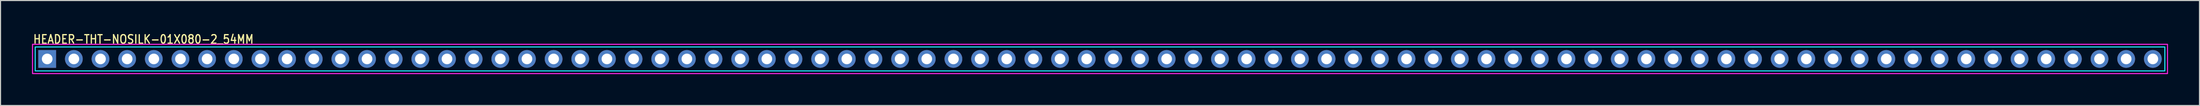
<source format=kicad_pcb>
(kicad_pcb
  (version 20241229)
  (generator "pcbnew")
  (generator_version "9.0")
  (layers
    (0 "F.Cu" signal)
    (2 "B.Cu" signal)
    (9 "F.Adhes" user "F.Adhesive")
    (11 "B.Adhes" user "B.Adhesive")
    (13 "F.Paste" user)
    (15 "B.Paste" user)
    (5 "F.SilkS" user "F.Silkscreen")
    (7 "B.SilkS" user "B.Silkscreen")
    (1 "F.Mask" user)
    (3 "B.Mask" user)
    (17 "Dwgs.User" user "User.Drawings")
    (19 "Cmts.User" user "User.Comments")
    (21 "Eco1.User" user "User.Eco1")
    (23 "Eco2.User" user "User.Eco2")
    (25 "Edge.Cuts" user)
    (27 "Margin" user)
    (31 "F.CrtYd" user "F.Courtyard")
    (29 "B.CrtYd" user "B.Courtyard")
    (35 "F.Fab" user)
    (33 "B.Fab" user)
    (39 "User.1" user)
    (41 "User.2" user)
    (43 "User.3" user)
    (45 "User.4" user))
  (footprint "HEADER-THT-NOSILK-01X080-2_54MM"
    (layer "F.Cu")
    (at 1.447 2.579)
    (property "Reference" "HEADER-THT-NOSILK-01X080-2_54MM" (at -1.4 -1.4 0) (unlocked yes) (layer "F.SilkS") (effects (font (size 0.813 0.695) (thickness 0.122)) (justify left bottom)))
    (fp_poly (pts (xy -1.143 -1.143) (xy 201.803 -1.143) (xy 201.803 1.143) (xy -1.143 1.143)) (stroke (width 0.1) (type solid)) (fill no) (layer "B.CrtYd"))
    (fp_poly (pts (xy -1.397 -1.397) (xy 202.057 -1.397) (xy 202.057 1.397) (xy -1.397 1.397)) (stroke (width 0.1) (type solid)) (fill no) (layer "F.CrtYd"))
    (pad "P$1" thru_hole rect (at 0 0) (size 1.693 1.693) (drill 1.016) (layers "*.Cu" "*.Mask"))
    (pad "P$2" thru_hole oval (at 2.54 0) (size 1.693 1.693) (drill 1.016) (layers "*.Cu" "*.Mask"))
    (pad "P$3" thru_hole oval (at 5.08 0) (size 1.693 1.693) (drill 1.016) (layers "*.Cu" "*.Mask"))
    (pad "P$4" thru_hole oval (at 7.62 0) (size 1.693 1.693) (drill 1.016) (layers "*.Cu" "*.Mask"))
    (pad "P$5" thru_hole oval (at 10.16 0) (size 1.693 1.693) (drill 1.016) (layers "*.Cu" "*.Mask"))
    (pad "P$6" thru_hole oval (at 12.7 0) (size 1.693 1.693) (drill 1.016) (layers "*.Cu" "*.Mask"))
    (pad "P$7" thru_hole oval (at 15.24 0) (size 1.693 1.693) (drill 1.016) (layers "*.Cu" "*.Mask"))
    (pad "P$8" thru_hole oval (at 17.78 0) (size 1.693 1.693) (drill 1.016) (layers "*.Cu" "*.Mask"))
    (pad "P$9" thru_hole oval (at 20.32 0) (size 1.693 1.693) (drill 1.016) (layers "*.Cu" "*.Mask"))
    (pad "P$10" thru_hole oval (at 22.86 0) (size 1.693 1.693) (drill 1.016) (layers "*.Cu" "*.Mask"))
    (pad "P$11" thru_hole oval (at 25.4 0) (size 1.693 1.693) (drill 1.016) (layers "*.Cu" "*.Mask"))
    (pad "P$12" thru_hole oval (at 27.94 0) (size 1.693 1.693) (drill 1.016) (layers "*.Cu" "*.Mask"))
    (pad "P$13" thru_hole oval (at 30.48 0) (size 1.693 1.693) (drill 1.016) (layers "*.Cu" "*.Mask"))
    (pad "P$14" thru_hole oval (at 33.02 0) (size 1.693 1.693) (drill 1.016) (layers "*.Cu" "*.Mask"))
    (pad "P$15" thru_hole oval (at 35.56 0) (size 1.693 1.693) (drill 1.016) (layers "*.Cu" "*.Mask"))
    (pad "P$16" thru_hole oval (at 38.1 0) (size 1.693 1.693) (drill 1.016) (layers "*.Cu" "*.Mask"))
    (pad "P$17" thru_hole oval (at 40.64 0) (size 1.693 1.693) (drill 1.016) (layers "*.Cu" "*.Mask"))
    (pad "P$18" thru_hole oval (at 43.18 0) (size 1.693 1.693) (drill 1.016) (layers "*.Cu" "*.Mask"))
    (pad "P$19" thru_hole oval (at 45.72 0) (size 1.693 1.693) (drill 1.016) (layers "*.Cu" "*.Mask"))
    (pad "P$20" thru_hole oval (at 48.26 0) (size 1.693 1.693) (drill 1.016) (layers "*.Cu" "*.Mask"))
    (pad "P$21" thru_hole oval (at 50.8 0) (size 1.693 1.693) (drill 1.016) (layers "*.Cu" "*.Mask"))
    (pad "P$22" thru_hole oval (at 53.34 0) (size 1.693 1.693) (drill 1.016) (layers "*.Cu" "*.Mask"))
    (pad "P$23" thru_hole oval (at 55.88 0) (size 1.693 1.693) (drill 1.016) (layers "*.Cu" "*.Mask"))
    (pad "P$24" thru_hole oval (at 58.42 0) (size 1.693 1.693) (drill 1.016) (layers "*.Cu" "*.Mask"))
    (pad "P$25" thru_hole oval (at 60.96 0) (size 1.693 1.693) (drill 1.016) (layers "*.Cu" "*.Mask"))
    (pad "P$26" thru_hole oval (at 63.5 0) (size 1.693 1.693) (drill 1.016) (layers "*.Cu" "*.Mask"))
    (pad "P$27" thru_hole oval (at 66.04 0) (size 1.693 1.693) (drill 1.016) (layers "*.Cu" "*.Mask"))
    (pad "P$28" thru_hole oval (at 68.58 0) (size 1.693 1.693) (drill 1.016) (layers "*.Cu" "*.Mask"))
    (pad "P$29" thru_hole oval (at 71.12 0) (size 1.693 1.693) (drill 1.016) (layers "*.Cu" "*.Mask"))
    (pad "P$30" thru_hole oval (at 73.66 0) (size 1.693 1.693) (drill 1.016) (layers "*.Cu" "*.Mask"))
    (pad "P$31" thru_hole oval (at 76.2 0) (size 1.693 1.693) (drill 1.016) (layers "*.Cu" "*.Mask"))
    (pad "P$32" thru_hole oval (at 78.74 0) (size 1.693 1.693) (drill 1.016) (layers "*.Cu" "*.Mask"))
    (pad "P$33" thru_hole oval (at 81.28 0) (size 1.693 1.693) (drill 1.016) (layers "*.Cu" "*.Mask"))
    (pad "P$34" thru_hole oval (at 83.82 0) (size 1.693 1.693) (drill 1.016) (layers "*.Cu" "*.Mask"))
    (pad "P$35" thru_hole oval (at 86.36 0) (size 1.693 1.693) (drill 1.016) (layers "*.Cu" "*.Mask"))
    (pad "P$36" thru_hole oval (at 88.9 0) (size 1.693 1.693) (drill 1.016) (layers "*.Cu" "*.Mask"))
    (pad "P$37" thru_hole oval (at 91.44 0) (size 1.693 1.693) (drill 1.016) (layers "*.Cu" "*.Mask"))
    (pad "P$38" thru_hole oval (at 93.98 0) (size 1.693 1.693) (drill 1.016) (layers "*.Cu" "*.Mask"))
    (pad "P$39" thru_hole oval (at 96.52 0) (size 1.693 1.693) (drill 1.016) (layers "*.Cu" "*.Mask"))
    (pad "P$40" thru_hole oval (at 99.06 0) (size 1.693 1.693) (drill 1.016) (layers "*.Cu" "*.Mask"))
    (pad "P$41" thru_hole oval (at 101.6 0) (size 1.693 1.693) (drill 1.016) (layers "*.Cu" "*.Mask"))
    (pad "P$42" thru_hole oval (at 104.14 0) (size 1.693 1.693) (drill 1.016) (layers "*.Cu" "*.Mask"))
    (pad "P$43" thru_hole oval (at 106.68 0) (size 1.693 1.693) (drill 1.016) (layers "*.Cu" "*.Mask"))
    (pad "P$44" thru_hole oval (at 109.22 0) (size 1.693 1.693) (drill 1.016) (layers "*.Cu" "*.Mask"))
    (pad "P$45" thru_hole oval (at 111.76 0) (size 1.693 1.693) (drill 1.016) (layers "*.Cu" "*.Mask"))
    (pad "P$46" thru_hole oval (at 114.3 0) (size 1.693 1.693) (drill 1.016) (layers "*.Cu" "*.Mask"))
    (pad "P$47" thru_hole oval (at 116.84 0) (size 1.693 1.693) (drill 1.016) (layers "*.Cu" "*.Mask"))
    (pad "P$48" thru_hole oval (at 119.38 0) (size 1.693 1.693) (drill 1.016) (layers "*.Cu" "*.Mask"))
    (pad "P$49" thru_hole oval (at 121.92 0) (size 1.693 1.693) (drill 1.016) (layers "*.Cu" "*.Mask"))
    (pad "P$50" thru_hole oval (at 124.46 0) (size 1.693 1.693) (drill 1.016) (layers "*.Cu" "*.Mask"))
    (pad "P$51" thru_hole oval (at 127 0) (size 1.693 1.693) (drill 1.016) (layers "*.Cu" "*.Mask"))
    (pad "P$52" thru_hole oval (at 129.54 0) (size 1.693 1.693) (drill 1.016) (layers "*.Cu" "*.Mask"))
    (pad "P$53" thru_hole oval (at 132.08 0) (size 1.693 1.693) (drill 1.016) (layers "*.Cu" "*.Mask"))
    (pad "P$54" thru_hole oval (at 134.62 0) (size 1.693 1.693) (drill 1.016) (layers "*.Cu" "*.Mask"))
    (pad "P$55" thru_hole oval (at 137.16 0) (size 1.693 1.693) (drill 1.016) (layers "*.Cu" "*.Mask"))
    (pad "P$56" thru_hole oval (at 139.7 0) (size 1.693 1.693) (drill 1.016) (layers "*.Cu" "*.Mask"))
    (pad "P$57" thru_hole oval (at 142.24 0) (size 1.693 1.693) (drill 1.016) (layers "*.Cu" "*.Mask"))
    (pad "P$58" thru_hole oval (at 144.78 0) (size 1.693 1.693) (drill 1.016) (layers "*.Cu" "*.Mask"))
    (pad "P$59" thru_hole oval (at 147.32 0) (size 1.693 1.693) (drill 1.016) (layers "*.Cu" "*.Mask"))
    (pad "P$60" thru_hole oval (at 149.86 0) (size 1.693 1.693) (drill 1.016) (layers "*.Cu" "*.Mask"))
    (pad "P$61" thru_hole oval (at 152.4 0) (size 1.693 1.693) (drill 1.016) (layers "*.Cu" "*.Mask"))
    (pad "P$62" thru_hole oval (at 154.94 0) (size 1.693 1.693) (drill 1.016) (layers "*.Cu" "*.Mask"))
    (pad "P$63" thru_hole oval (at 157.48 0) (size 1.693 1.693) (drill 1.016) (layers "*.Cu" "*.Mask"))
    (pad "P$64" thru_hole oval (at 160.02 0) (size 1.693 1.693) (drill 1.016) (layers "*.Cu" "*.Mask"))
    (pad "P$65" thru_hole oval (at 162.56 0) (size 1.693 1.693) (drill 1.016) (layers "*.Cu" "*.Mask"))
    (pad "P$66" thru_hole oval (at 165.1 0) (size 1.693 1.693) (drill 1.016) (layers "*.Cu" "*.Mask"))
    (pad "P$67" thru_hole oval (at 167.64 0) (size 1.693 1.693) (drill 1.016) (layers "*.Cu" "*.Mask"))
    (pad "P$68" thru_hole oval (at 170.18 0) (size 1.693 1.693) (drill 1.016) (layers "*.Cu" "*.Mask"))
    (pad "P$69" thru_hole oval (at 172.72 0) (size 1.693 1.693) (drill 1.016) (layers "*.Cu" "*.Mask"))
    (pad "P$70" thru_hole oval (at 175.26 0) (size 1.693 1.693) (drill 1.016) (layers "*.Cu" "*.Mask"))
    (pad "P$71" thru_hole oval (at 177.8 0) (size 1.693 1.693) (drill 1.016) (layers "*.Cu" "*.Mask"))
    (pad "P$72" thru_hole oval (at 180.34 0) (size 1.693 1.693) (drill 1.016) (layers "*.Cu" "*.Mask"))
    (pad "P$73" thru_hole oval (at 182.88 0) (size 1.693 1.693) (drill 1.016) (layers "*.Cu" "*.Mask"))
    (pad "P$74" thru_hole oval (at 185.42 0) (size 1.693 1.693) (drill 1.016) (layers "*.Cu" "*.Mask"))
    (pad "P$75" thru_hole oval (at 187.96 0) (size 1.693 1.693) (drill 1.016) (layers "*.Cu" "*.Mask"))
    (pad "P$76" thru_hole oval (at 190.5 0) (size 1.693 1.693) (drill 1.016) (layers "*.Cu" "*.Mask"))
    (pad "P$77" thru_hole oval (at 193.04 0) (size 1.693 1.693) (drill 1.016) (layers "*.Cu" "*.Mask"))
    (pad "P$78" thru_hole oval (at 195.58 0) (size 1.693 1.693) (drill 1.016) (layers "*.Cu" "*.Mask"))
    (pad "P$79" thru_hole oval (at 198.12 0) (size 1.693 1.693) (drill 1.016) (layers "*.Cu" "*.Mask"))
    (pad "P$80" thru_hole oval (at 200.66 0) (size 1.693 1.693) (drill 1.016) (layers "*.Cu" "*.Mask")))
  (gr_rect
    (start -3 -3)
    (end 206.554 7.026)
    (stroke (width 0.1) (type default))
    (fill no)
    (layer "Edge.Cuts")))
</source>
